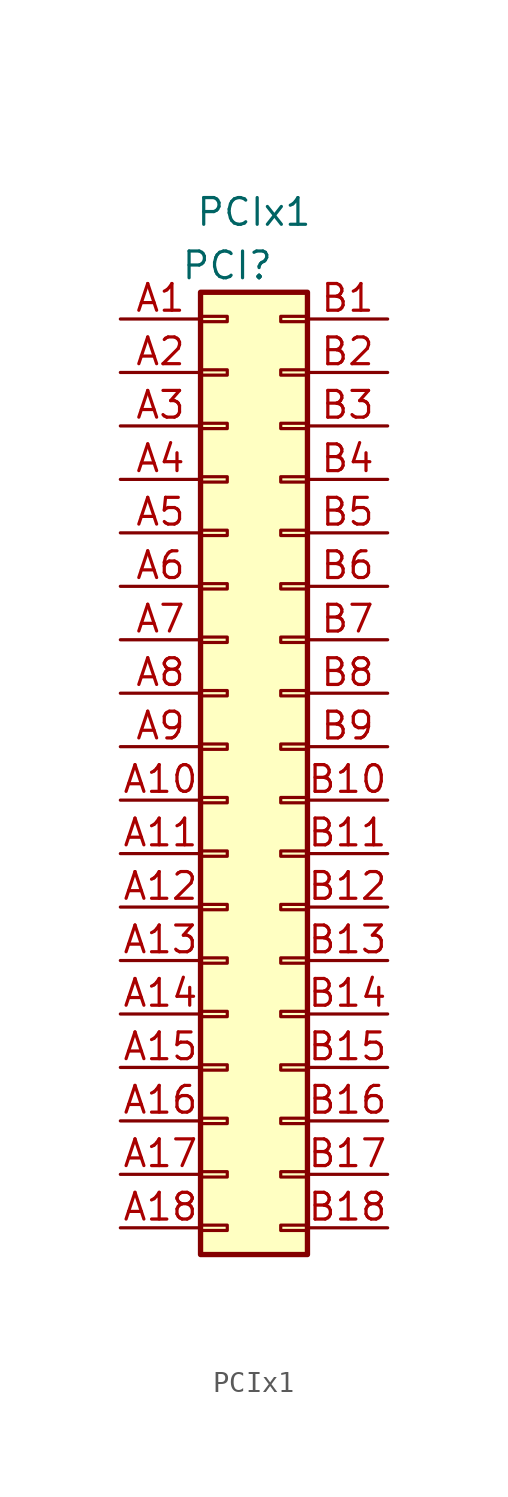
<source format=kicad_sym>
(kicad_symbol_lib
  (version 20211014)
  (generator kicad_symbol_editor)
  (symbol "PCIx1"
    (pin_names
      (offset 1.016))
    (property "Reference" "PCI"
      (at -1.27 22.86 0)
      (effects (font (size 1.27 1.27))))
    (property "Value" "PCIx1"
      (at 0 25.4 0)
      (effects (font (size 1.27 1.27))))
    (symbol "PCIx1_1_1"
      (rectangle (start -2.54 -22.733) (end -1.27 -22.987) (stroke (width 0.152) (type default) (color 0 0 0 0)) (fill (type none)))
      (rectangle (start -2.54 -20.193) (end -1.27 -20.447) (stroke (width 0.152) (type default) (color 0 0 0 0)) (fill (type none)))
      (rectangle (start -2.54 -17.653) (end -1.27 -17.907) (stroke (width 0.152) (type default) (color 0 0 0 0)) (fill (type none)))
      (rectangle (start -2.54 -15.113) (end -1.27 -15.367) (stroke (width 0.152) (type default) (color 0 0 0 0)) (fill (type none)))
      (rectangle (start -2.54 -12.573) (end -1.27 -12.827) (stroke (width 0.152) (type default) (color 0 0 0 0)) (fill (type none)))
      (rectangle (start -2.54 -10.033) (end -1.27 -10.287) (stroke (width 0.152) (type default) (color 0 0 0 0)) (fill (type none)))
      (rectangle (start -2.54 -7.493) (end -1.27 -7.747) (stroke (width 0.152) (type default) (color 0 0 0 0)) (fill (type none)))
      (rectangle (start -2.54 -4.953) (end -1.27 -5.207) (stroke (width 0.152) (type default) (color 0 0 0 0)) (fill (type none)))
      (rectangle (start -2.54 -2.413) (end -1.27 -2.667) (stroke (width 0.152) (type default) (color 0 0 0 0)) (fill (type none)))
      (rectangle (start -2.54 0.127) (end -1.27 -0.127) (stroke (width 0.152) (type default) (color 0 0 0 0)) (fill (type none)))
      (rectangle (start -2.54 2.667) (end -1.27 2.413) (stroke (width 0.152) (type default) (color 0 0 0 0)) (fill (type none)))
      (rectangle (start -2.54 5.207) (end -1.27 4.953) (stroke (width 0.152) (type default) (color 0 0 0 0)) (fill (type none)))
      (rectangle (start -2.54 7.747) (end -1.27 7.493) (stroke (width 0.152) (type default) (color 0 0 0 0)) (fill (type none)))
      (rectangle (start -2.54 10.287) (end -1.27 10.033) (stroke (width 0.152) (type default) (color 0 0 0 0)) (fill (type none)))
      (rectangle (start -2.54 12.827) (end -1.27 12.573) (stroke (width 0.152) (type default) (color 0 0 0 0)) (fill (type none)))
      (rectangle (start -2.54 15.367) (end -1.27 15.113) (stroke (width 0.152) (type default) (color 0 0 0 0)) (fill (type none)))
      (rectangle (start -2.54 17.907) (end -1.27 17.653) (stroke (width 0.152) (type default) (color 0 0 0 0)) (fill (type none)))
      (rectangle (start -2.54 20.447) (end -1.27 20.193) (stroke (width 0.152) (type default) (color 0 0 0 0)) (fill (type none)))
      (rectangle (start -2.54 21.59) (end 2.54 -24.13) (stroke (width 0.254) (type default) (color 0 0 0 0)) (fill (type background)))
      (rectangle (start 2.54 -22.733) (end 1.27 -22.987) (stroke (width 0.152) (type default) (color 0 0 0 0)) (fill (type none)))
      (rectangle (start 2.54 -20.193) (end 1.27 -20.447) (stroke (width 0.152) (type default) (color 0 0 0 0)) (fill (type none)))
      (rectangle (start 2.54 -17.653) (end 1.27 -17.907) (stroke (width 0.152) (type default) (color 0 0 0 0)) (fill (type none)))
      (rectangle (start 2.54 -15.113) (end 1.27 -15.367) (stroke (width 0.152) (type default) (color 0 0 0 0)) (fill (type none)))
      (rectangle (start 2.54 -12.573) (end 1.27 -12.827) (stroke (width 0.152) (type default) (color 0 0 0 0)) (fill (type none)))
      (rectangle (start 2.54 -10.033) (end 1.27 -10.287) (stroke (width 0.152) (type default) (color 0 0 0 0)) (fill (type none)))
      (rectangle (start 2.54 -7.493) (end 1.27 -7.747) (stroke (width 0.152) (type default) (color 0 0 0 0)) (fill (type none)))
      (rectangle (start 2.54 -4.953) (end 1.27 -5.207) (stroke (width 0.152) (type default) (color 0 0 0 0)) (fill (type none)))
      (rectangle (start 2.54 -2.413) (end 1.27 -2.667) (stroke (width 0.152) (type default) (color 0 0 0 0)) (fill (type none)))
      (rectangle (start 2.54 0.127) (end 1.27 -0.127) (stroke (width 0.152) (type default) (color 0 0 0 0)) (fill (type none)))
      (rectangle (start 2.54 2.667) (end 1.27 2.413) (stroke (width 0.152) (type default) (color 0 0 0 0)) (fill (type none)))
      (rectangle (start 2.54 5.207) (end 1.27 4.953) (stroke (width 0.152) (type default) (color 0 0 0 0)) (fill (type none)))
      (rectangle (start 2.54 7.747) (end 1.27 7.493) (stroke (width 0.152) (type default) (color 0 0 0 0)) (fill (type none)))
      (rectangle (start 2.54 10.287) (end 1.27 10.033) (stroke (width 0.152) (type default) (color 0 0 0 0)) (fill (type none)))
      (rectangle (start 2.54 12.827) (end 1.27 12.573) (stroke (width 0.152) (type default) (color 0 0 0 0)) (fill (type none)))
      (rectangle (start 2.54 15.367) (end 1.27 15.113) (stroke (width 0.152) (type default) (color 0 0 0 0)) (fill (type none)))
      (rectangle (start 2.54 17.907) (end 1.27 17.653) (stroke (width 0.152) (type default) (color 0 0 0 0)) (fill (type none)))
      (rectangle (start 2.54 20.447) (end 1.27 20.193) (stroke (width 0.152) (type default) (color 0 0 0 0)) (fill (type none)))
      (pin passive line (at -6.35 20.32 0) (length 3.81) (name "~" (effects (font (size 1.27 1.27)))) (number "A1" (effects (font (size 1.27 1.27)))))
      (pin passive line (at -6.35 -2.54 0) (length 3.81) (name "~" (effects (font (size 1.27 1.27)))) (number "A10" (effects (font (size 1.27 1.27)))))
      (pin passive line (at -6.35 -5.08 0) (length 3.81) (name "~" (effects (font (size 1.27 1.27)))) (number "A11" (effects (font (size 1.27 1.27)))))
      (pin passive line (at -6.35 -7.62 0) (length 3.81) (name "~" (effects (font (size 1.27 1.27)))) (number "A12" (effects (font (size 1.27 1.27)))))
      (pin passive line (at -6.35 -10.16 0) (length 3.81) (name "~" (effects (font (size 1.27 1.27)))) (number "A13" (effects (font (size 1.27 1.27)))))
      (pin passive line (at -6.35 -12.7 0) (length 3.81) (name "~" (effects (font (size 1.27 1.27)))) (number "A14" (effects (font (size 1.27 1.27)))))
      (pin passive line (at -6.35 -15.24 0) (length 3.81) (name "~" (effects (font (size 1.27 1.27)))) (number "A15" (effects (font (size 1.27 1.27)))))
      (pin passive line (at -6.35 -17.78 0) (length 3.81) (name "~" (effects (font (size 1.27 1.27)))) (number "A16" (effects (font (size 1.27 1.27)))))
      (pin passive line (at -6.35 -20.32 0) (length 3.81) (name "~" (effects (font (size 1.27 1.27)))) (number "A17" (effects (font (size 1.27 1.27)))))
      (pin passive line (at -6.35 -22.86 0) (length 3.81) (name "~" (effects (font (size 1.27 1.27)))) (number "A18" (effects (font (size 1.27 1.27)))))
      (pin passive line (at -6.35 17.78 0) (length 3.81) (name "~" (effects (font (size 1.27 1.27)))) (number "A2" (effects (font (size 1.27 1.27)))))
      (pin passive line (at -6.35 15.24 0) (length 3.81) (name "~" (effects (font (size 1.27 1.27)))) (number "A3" (effects (font (size 1.27 1.27)))))
      (pin passive line (at -6.35 12.7 0) (length 3.81) (name "~" (effects (font (size 1.27 1.27)))) (number "A4" (effects (font (size 1.27 1.27)))))
      (pin passive line (at -6.35 10.16 0) (length 3.81) (name "~" (effects (font (size 1.27 1.27)))) (number "A5" (effects (font (size 1.27 1.27)))))
      (pin passive line (at -6.35 7.62 0) (length 3.81) (name "~" (effects (font (size 1.27 1.27)))) (number "A6" (effects (font (size 1.27 1.27)))))
      (pin passive line (at -6.35 5.08 0) (length 3.81) (name "~" (effects (font (size 1.27 1.27)))) (number "A7" (effects (font (size 1.27 1.27)))))
      (pin passive line (at -6.35 2.54 0) (length 3.81) (name "~" (effects (font (size 1.27 1.27)))) (number "A8" (effects (font (size 1.27 1.27)))))
      (pin passive line (at -6.35 0 0) (length 3.81) (name "~" (effects (font (size 1.27 1.27)))) (number "A9" (effects (font (size 1.27 1.27)))))
      (pin passive line (at 6.35 20.32 180) (length 3.81) (name "~" (effects (font (size 1.27 1.27)))) (number "B1" (effects (font (size 1.27 1.27)))))
      (pin passive line (at 6.35 -2.54 180) (length 3.81) (name "~" (effects (font (size 1.27 1.27)))) (number "B10" (effects (font (size 1.27 1.27)))))
      (pin passive line (at 6.35 -5.08 180) (length 3.81) (name "~" (effects (font (size 1.27 1.27)))) (number "B11" (effects (font (size 1.27 1.27)))))
      (pin passive line (at 6.35 -7.62 180) (length 3.81) (name "~" (effects (font (size 1.27 1.27)))) (number "B12" (effects (font (size 1.27 1.27)))))
      (pin passive line (at 6.35 -10.16 180) (length 3.81) (name "~" (effects (font (size 1.27 1.27)))) (number "B13" (effects (font (size 1.27 1.27)))))
      (pin passive line (at 6.35 -12.7 180) (length 3.81) (name "~" (effects (font (size 1.27 1.27)))) (number "B14" (effects (font (size 1.27 1.27)))))
      (pin passive line (at 6.35 -15.24 180) (length 3.81) (name "~" (effects (font (size 1.27 1.27)))) (number "B15" (effects (font (size 1.27 1.27)))))
      (pin passive line (at 6.35 -17.78 180) (length 3.81) (name "~" (effects (font (size 1.27 1.27)))) (number "B16" (effects (font (size 1.27 1.27)))))
      (pin passive line (at 6.35 -20.32 180) (length 3.81) (name "~" (effects (font (size 1.27 1.27)))) (number "B17" (effects (font (size 1.27 1.27)))))
      (pin passive line (at 6.35 -22.86 180) (length 3.81) (name "~" (effects (font (size 1.27 1.27)))) (number "B18" (effects (font (size 1.27 1.27)))))
      (pin passive line (at 6.35 17.78 180) (length 3.81) (name "~" (effects (font (size 1.27 1.27)))) (number "B2" (effects (font (size 1.27 1.27)))))
      (pin passive line (at 6.35 15.24 180) (length 3.81) (name "~" (effects (font (size 1.27 1.27)))) (number "B3" (effects (font (size 1.27 1.27)))))
      (pin passive line (at 6.35 12.7 180) (length 3.81) (name "~" (effects (font (size 1.27 1.27)))) (number "B4" (effects (font (size 1.27 1.27)))))
      (pin passive line (at 6.35 10.16 180) (length 3.81) (name "~" (effects (font (size 1.27 1.27)))) (number "B5" (effects (font (size 1.27 1.27)))))
      (pin passive line (at 6.35 7.62 180) (length 3.81) (name "~" (effects (font (size 1.27 1.27)))) (number "B6" (effects (font (size 1.27 1.27)))))
      (pin passive line (at 6.35 5.08 180) (length 3.81) (name "~" (effects (font (size 1.27 1.27)))) (number "B7" (effects (font (size 1.27 1.27)))))
      (pin passive line (at 6.35 2.54 180) (length 3.81) (name "~" (effects (font (size 1.27 1.27)))) (number "B8" (effects (font (size 1.27 1.27)))))
      (pin passive line (at 6.35 0 180) (length 3.81) (name "~" (effects (font (size 1.27 1.27)))) (number "B9" (effects (font (size 1.27 1.27))))))))
</source>
